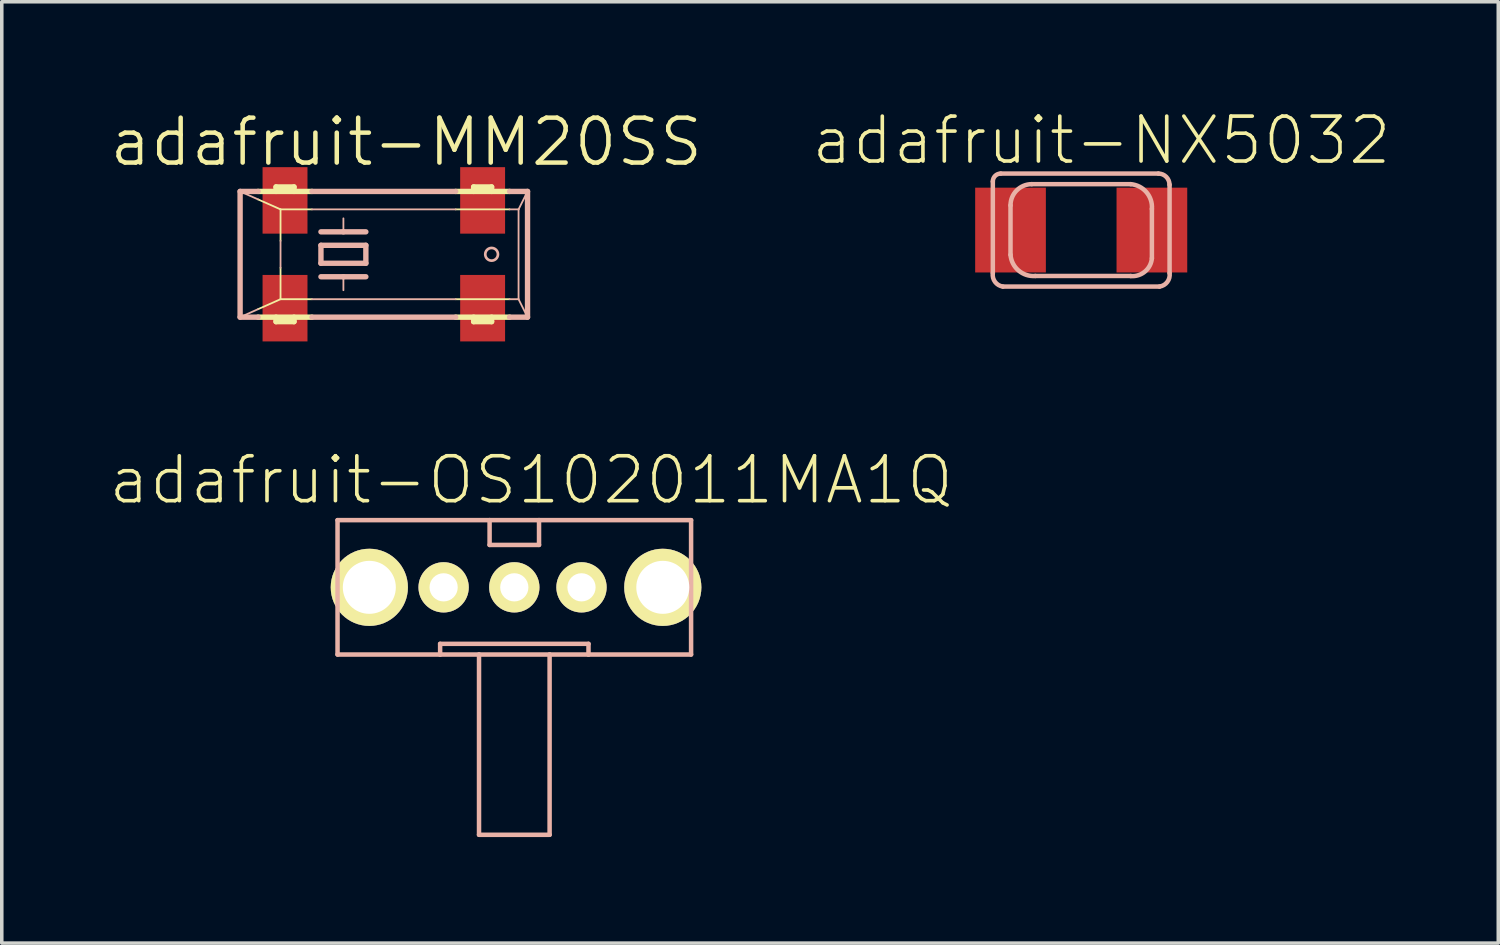
<source format=kicad_pcb>
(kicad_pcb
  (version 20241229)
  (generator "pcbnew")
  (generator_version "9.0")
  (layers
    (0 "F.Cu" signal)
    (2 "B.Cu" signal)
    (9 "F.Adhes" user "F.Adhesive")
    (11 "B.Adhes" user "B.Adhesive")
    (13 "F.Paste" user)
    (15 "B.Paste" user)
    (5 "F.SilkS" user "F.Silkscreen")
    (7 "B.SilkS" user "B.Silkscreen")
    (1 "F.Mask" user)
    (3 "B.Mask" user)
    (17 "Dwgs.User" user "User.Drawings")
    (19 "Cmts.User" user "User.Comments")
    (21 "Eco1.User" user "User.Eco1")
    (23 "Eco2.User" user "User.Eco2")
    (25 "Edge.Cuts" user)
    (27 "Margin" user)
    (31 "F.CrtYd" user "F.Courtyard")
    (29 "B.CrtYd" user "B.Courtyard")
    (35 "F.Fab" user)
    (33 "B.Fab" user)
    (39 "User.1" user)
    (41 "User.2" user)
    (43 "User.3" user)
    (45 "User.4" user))
  (footprint "adafruit-OS102011MA1Q"
    (layer "F.Cu")
    (at 11.494 13.559)
    (property "Reference" "adafruit-OS102011MA1Q" (at 0.475 -3.033 0) (layer "F.SilkS") (effects (font (size 1.27 1.27) (thickness 0.102))))
    (attr exclude_from_pos_files exclude_from_bom)
    (fp_line (start -4.999 -1.9) (end -0.699 -1.9) (stroke (width 0.127) (type solid)) (layer "B.SilkS"))
    (fp_line (start -4.999 1.9) (end -4.999 -1.9) (stroke (width 0.127) (type solid)) (layer "B.SilkS"))
    (fp_line (start -2.098 1.598) (end 2.098 1.598) (stroke (width 0.127) (type solid)) (layer "B.SilkS"))
    (fp_line (start -2.098 1.9) (end -4.999 1.9) (stroke (width 0.127) (type solid)) (layer "B.SilkS"))
    (fp_line (start -2.098 1.9) (end -2.098 1.598) (stroke (width 0.127) (type solid)) (layer "B.SilkS"))
    (fp_line (start -0.998 1.9) (end -2.098 1.9) (stroke (width 0.127) (type solid)) (layer "B.SilkS"))
    (fp_line (start -0.998 1.9) (end -0.998 6.998) (stroke (width 0.127) (type solid)) (layer "B.SilkS"))
    (fp_line (start -0.998 6.998) (end 0.998 6.998) (stroke (width 0.127) (type solid)) (layer "B.SilkS"))
    (fp_line (start -0.699 -1.9) (end -0.699 -1.199) (stroke (width 0.127) (type solid)) (layer "B.SilkS"))
    (fp_line (start -0.699 -1.9) (end 0.699 -1.9) (stroke (width 0.127) (type solid)) (layer "B.SilkS"))
    (fp_line (start -0.699 -1.199) (end 0.699 -1.199) (stroke (width 0.127) (type solid)) (layer "B.SilkS"))
    (fp_line (start 0.699 -1.9) (end 4.999 -1.9) (stroke (width 0.127) (type solid)) (layer "B.SilkS"))
    (fp_line (start 0.699 -1.199) (end 0.699 -1.9) (stroke (width 0.127) (type solid)) (layer "B.SilkS"))
    (fp_line (start 0.998 1.9) (end -0.998 1.9) (stroke (width 0.127) (type solid)) (layer "B.SilkS"))
    (fp_line (start 0.998 6.998) (end 0.998 1.9) (stroke (width 0.127) (type solid)) (layer "B.SilkS"))
    (fp_line (start 2.098 1.598) (end 2.098 1.9) (stroke (width 0.127) (type solid)) (layer "B.SilkS"))
    (fp_line (start 2.098 1.9) (end 0.998 1.9) (stroke (width 0.127) (type solid)) (layer "B.SilkS"))
    (fp_line (start 4.999 -1.9) (end 4.999 1.9) (stroke (width 0.127) (type solid)) (layer "B.SilkS"))
    (fp_line (start 4.999 1.9) (end 2.098 1.9) (stroke (width 0.127) (type solid)) (layer "B.SilkS"))
    (pad "1" thru_hole circle (at -1.999 0) (size 1.422 1.422) (drill 0.798) (layers "*.Cu" "F.Mask" "F.SilkS" "F.Paste"))
    (pad "2" thru_hole circle (at 0 0) (size 1.422 1.422) (drill 0.798) (layers "*.Cu" "F.Mask" "F.SilkS" "F.Paste"))
    (pad "3" thru_hole circle (at 1.9 0) (size 1.422 1.422) (drill 0.798) (layers "*.Cu" "F.Mask" "F.SilkS" "F.Paste"))
    (pad "MT1" thru_hole circle (at -4.1 0) (size 2.182 2.182) (drill 1.499) (layers "*.Cu" "F.Mask" "F.SilkS" "F.Paste"))
    (pad "MT2" thru_hole circle (at 4.199 0) (size 2.182 2.182) (drill 1.499) (layers "*.Cu" "F.Mask" "F.SilkS" "F.Paste")))
  (footprint "adafruit-MM20SS"
    (layer "F.Cu")
    (at 7.804 4.141)
    (property "Reference" "adafruit-MM20SS" (at 0.635 -3.175 0) (layer "F.SilkS") (effects (font (size 1.27 1.27) (thickness 0.127))))
    (attr smd)
    (fp_line (start -3.556 -1.778) (end -2.032 -1.778) (stroke (width 0.152) (type solid)) (layer "F.SilkS"))
    (fp_line (start -3.556 1.778) (end -2.032 1.778) (stroke (width 0.152) (type solid)) (layer "F.SilkS"))
    (fp_line (start -3.048 -1.905) (end -2.54 -1.905) (stroke (width 0.152) (type solid)) (layer "F.SilkS"))
    (fp_line (start -3.048 -1.778) (end -3.048 -1.905) (stroke (width 0.152) (type solid)) (layer "F.SilkS"))
    (fp_line (start -3.048 1.905) (end -3.048 1.778) (stroke (width 0.152) (type solid)) (layer "F.SilkS"))
    (fp_line (start -3.048 1.905) (end -2.54 1.905) (stroke (width 0.152) (type solid)) (layer "F.SilkS"))
    (fp_line (start -2.921 -1.27) (end -3.556 -1.552) (stroke (width 0.051) (type solid)) (layer "F.SilkS"))
    (fp_line (start -2.921 -1.27) (end -2.921 -0.381) (stroke (width 0.051) (type solid)) (layer "F.SilkS"))
    (fp_line (start -2.921 0.381) (end -2.921 1.27) (stroke (width 0.051) (type solid)) (layer "F.SilkS"))
    (fp_line (start -2.921 1.27) (end -3.556 1.552) (stroke (width 0.051) (type solid)) (layer "F.SilkS"))
    (fp_line (start -2.921 1.27) (end -2.032 1.27) (stroke (width 0.051) (type solid)) (layer "F.SilkS"))
    (fp_line (start -2.54 -1.905) (end -2.54 -1.778) (stroke (width 0.152) (type solid)) (layer "F.SilkS"))
    (fp_line (start -2.54 1.905) (end -2.54 1.778) (stroke (width 0.152) (type solid)) (layer "F.SilkS"))
    (fp_line (start -2.032 -1.27) (end -2.921 -1.27) (stroke (width 0.051) (type solid)) (layer "F.SilkS"))
    (fp_line (start 2.032 -1.778) (end 3.556 -1.778) (stroke (width 0.152) (type solid)) (layer "F.SilkS"))
    (fp_line (start 2.032 1.27) (end 3.556 1.27) (stroke (width 0.051) (type solid)) (layer "F.SilkS"))
    (fp_line (start 2.032 1.778) (end 3.556 1.778) (stroke (width 0.152) (type solid)) (layer "F.SilkS"))
    (fp_line (start 2.54 -1.905) (end 2.54 -1.778) (stroke (width 0.152) (type solid)) (layer "F.SilkS"))
    (fp_line (start 2.54 -1.905) (end 3.048 -1.905) (stroke (width 0.152) (type solid)) (layer "F.SilkS"))
    (fp_line (start 2.54 1.778) (end 2.54 1.905) (stroke (width 0.152) (type solid)) (layer "F.SilkS"))
    (fp_line (start 2.54 1.905) (end 3.048 1.905) (stroke (width 0.152) (type solid)) (layer "F.SilkS"))
    (fp_line (start 3.048 -1.778) (end 3.048 -1.905) (stroke (width 0.152) (type solid)) (layer "F.SilkS"))
    (fp_line (start 3.048 1.905) (end 3.048 1.778) (stroke (width 0.152) (type solid)) (layer "F.SilkS"))
    (fp_line (start 3.556 -1.27) (end 2.032 -1.27) (stroke (width 0.051) (type solid)) (layer "F.SilkS"))
    (fp_line (start -4.064 -1.778) (end -3.556 -1.778) (stroke (width 0.152) (type solid)) (layer "B.SilkS"))
    (fp_line (start -4.064 1.778) (end -4.064 -1.778) (stroke (width 0.152) (type solid)) (layer "B.SilkS"))
    (fp_line (start -4.064 1.778) (end -3.556 1.778) (stroke (width 0.152) (type solid)) (layer "B.SilkS"))
    (fp_line (start -3.556 -1.552) (end -4.064 -1.778) (stroke (width 0.051) (type solid)) (layer "B.SilkS"))
    (fp_line (start -3.556 1.552) (end -4.064 1.778) (stroke (width 0.051) (type solid)) (layer "B.SilkS"))
    (fp_line (start -2.921 -0.381) (end -2.921 0.381) (stroke (width 0.051) (type solid)) (layer "B.SilkS"))
    (fp_line (start -2.032 -1.778) (end 2.032 -1.778) (stroke (width 0.152) (type solid)) (layer "B.SilkS"))
    (fp_line (start -2.032 1.27) (end 2.032 1.27) (stroke (width 0.051) (type solid)) (layer "B.SilkS"))
    (fp_line (start -2.032 1.778) (end 2.032 1.778) (stroke (width 0.152) (type solid)) (layer "B.SilkS"))
    (fp_line (start -1.778 -0.635) (end -1.143 -0.635) (stroke (width 0.152) (type solid)) (layer "B.SilkS"))
    (fp_line (start -1.778 -0.254) (end -1.778 0.254) (stroke (width 0.152) (type solid)) (layer "B.SilkS"))
    (fp_line (start -1.778 0.254) (end -0.508 0.254) (stroke (width 0.152) (type solid)) (layer "B.SilkS"))
    (fp_line (start -1.778 0.635) (end -1.143 0.635) (stroke (width 0.152) (type solid)) (layer "B.SilkS"))
    (fp_line (start -1.143 -0.635) (end -1.143 -1.016) (stroke (width 0.051) (type solid)) (layer "B.SilkS"))
    (fp_line (start -1.143 -0.635) (end -0.508 -0.635) (stroke (width 0.152) (type solid)) (layer "B.SilkS"))
    (fp_line (start -1.143 0.635) (end -1.143 1.016) (stroke (width 0.051) (type solid)) (layer "B.SilkS"))
    (fp_line (start -1.143 0.635) (end -0.508 0.635) (stroke (width 0.152) (type solid)) (layer "B.SilkS"))
    (fp_line (start -0.508 -0.254) (end -1.778 -0.254) (stroke (width 0.152) (type solid)) (layer "B.SilkS"))
    (fp_line (start -0.508 0.254) (end -0.508 -0.254) (stroke (width 0.152) (type solid)) (layer "B.SilkS"))
    (fp_line (start 2.032 -1.27) (end -2.032 -1.27) (stroke (width 0.051) (type solid)) (layer "B.SilkS"))
    (fp_line (start 3.556 -1.778) (end 4.064 -1.778) (stroke (width 0.152) (type solid)) (layer "B.SilkS"))
    (fp_line (start 3.556 1.27) (end 3.81 1.27) (stroke (width 0.051) (type solid)) (layer "B.SilkS"))
    (fp_line (start 3.556 1.778) (end 4.064 1.778) (stroke (width 0.152) (type solid)) (layer "B.SilkS"))
    (fp_line (start 3.81 -1.27) (end 3.556 -1.27) (stroke (width 0.051) (type solid)) (layer "B.SilkS"))
    (fp_line (start 3.81 -1.27) (end 3.81 1.27) (stroke (width 0.051) (type solid)) (layer "B.SilkS"))
    (fp_line (start 3.81 -1.27) (end 4.064 -1.778) (stroke (width 0.051) (type solid)) (layer "B.SilkS"))
    (fp_line (start 3.81 1.27) (end 4.064 1.778) (stroke (width 0.051) (type solid)) (layer "B.SilkS"))
    (fp_line (start 4.064 1.778) (end 4.064 -1.778) (stroke (width 0.152) (type solid)) (layer "B.SilkS"))
    (fp_circle (center 3.048 0) (end 3.175 0.127) (stroke (width 0.076) (type solid)) (fill no) (layer "B.SilkS"))
    (pad "1" smd rect (at -2.794 1.524) (size 1.27 1.88) (layers "F.Cu" "F.Mask" "F.Paste"))
    (pad "2" smd rect (at 2.794 1.524) (size 1.27 1.88) (layers "F.Cu" "F.Mask" "F.Paste"))
    (pad "3" smd rect (at 2.794 -1.524) (size 1.27 1.88) (layers "F.Cu" "F.Mask" "F.Paste"))
    (pad "4" smd rect (at -2.794 -1.524) (size 1.27 1.88) (layers "F.Cu" "F.Mask" "F.Paste")))
  (footprint "adafruit-NX5032"
    (layer "F.Cu")
    (at 27.525 3.456)
    (property "Reference" "adafruit-NX5032" (at 0.574 -2.535 0) (layer "F.SilkS") (effects (font (size 1.27 1.27) (thickness 0.102))))
    (attr smd)
    (fp_line (start -2.499 1.217) (end -2.499 -1.374) (stroke (width 0.127) (type solid)) (layer "B.SilkS"))
    (fp_line (start -2.276 -1.598) (end 2.182 -1.598) (stroke (width 0.127) (type solid)) (layer "B.SilkS"))
    (fp_line (start -1.999 0.699) (end -1.999 -0.699) (stroke (width 0.127) (type solid)) (layer "B.SilkS"))
    (fp_line (start -1.4 -1.298) (end 1.4 -1.298) (stroke (width 0.127) (type solid)) (layer "B.SilkS"))
    (fp_line (start 1.4 1.298) (end -1.298 1.298) (stroke (width 0.127) (type solid)) (layer "B.SilkS"))
    (fp_line (start 1.999 -0.599) (end 1.999 0.798) (stroke (width 0.127) (type solid)) (layer "B.SilkS"))
    (fp_line (start 2.215 1.598) (end -2.215 1.598) (stroke (width 0.127) (type solid)) (layer "B.SilkS"))
    (fp_line (start 2.499 -1.283) (end 2.499 1.217) (stroke (width 0.127) (type solid)) (layer "B.SilkS"))
    (fp_arc (start -2.49936 -1.37414) (mid -2.433893 -1.532193) (end -2.27584 -1.59766) (stroke (width 0.127) (type solid)) (layer "B.SilkS"))
    (fp_arc (start -2.21488 1.59766) (mid -2.436028 1.466078) (end -2.49936 1.21666) (stroke (width 0.127) (type solid)) (layer "B.SilkS"))
    (fp_arc (start -1.99898 -0.6985) (mid -1.823408 -1.122368) (end -1.39954 -1.29794) (stroke (width 0.127) (type solid)) (layer "B.SilkS"))
    (fp_arc (start -1.29794 1.29794) (mid -1.772608 1.14341) (end -1.99898 0.6985) (stroke (width 0.127) (type solid)) (layer "B.SilkS"))
    (fp_arc (start 1.39954 -1.29794) (mid 1.84408 -1.072001) (end 1.999068 -0.598035) (stroke (width 0.127) (type solid)) (layer "B.SilkS"))
    (fp_arc (start 1.99898 0.79756) (mid 1.803418 1.173168) (end 1.39954 1.30048) (stroke (width 0.127) (type solid)) (layer "B.SilkS"))
    (fp_arc (start 2.18186 -1.59766) (mid 2.40457 -1.50541) (end 2.49682 -1.2827) (stroke (width 0.127) (type solid)) (layer "B.SilkS"))
    (fp_arc (start 2.49936 1.21666) (mid 2.436028 1.466078) (end 2.21488 1.59766) (stroke (width 0.127) (type solid)) (layer "B.SilkS"))
    (pad "P$1" smd rect (at 1.999 0) (size 1.999 2.398) (layers "F.Cu" "F.Mask" "F.Paste"))
    (pad "P$2" smd rect (at -1.999 0 180) (size 1.999 2.398) (layers "F.Cu" "F.Mask" "F.Paste")))
  (gr_rect
    (start -3 -3)
    (end 39.319 23.62)
    (stroke (width 0.1) (type default))
    (fill no)
    (layer "Edge.Cuts")))
</source>
